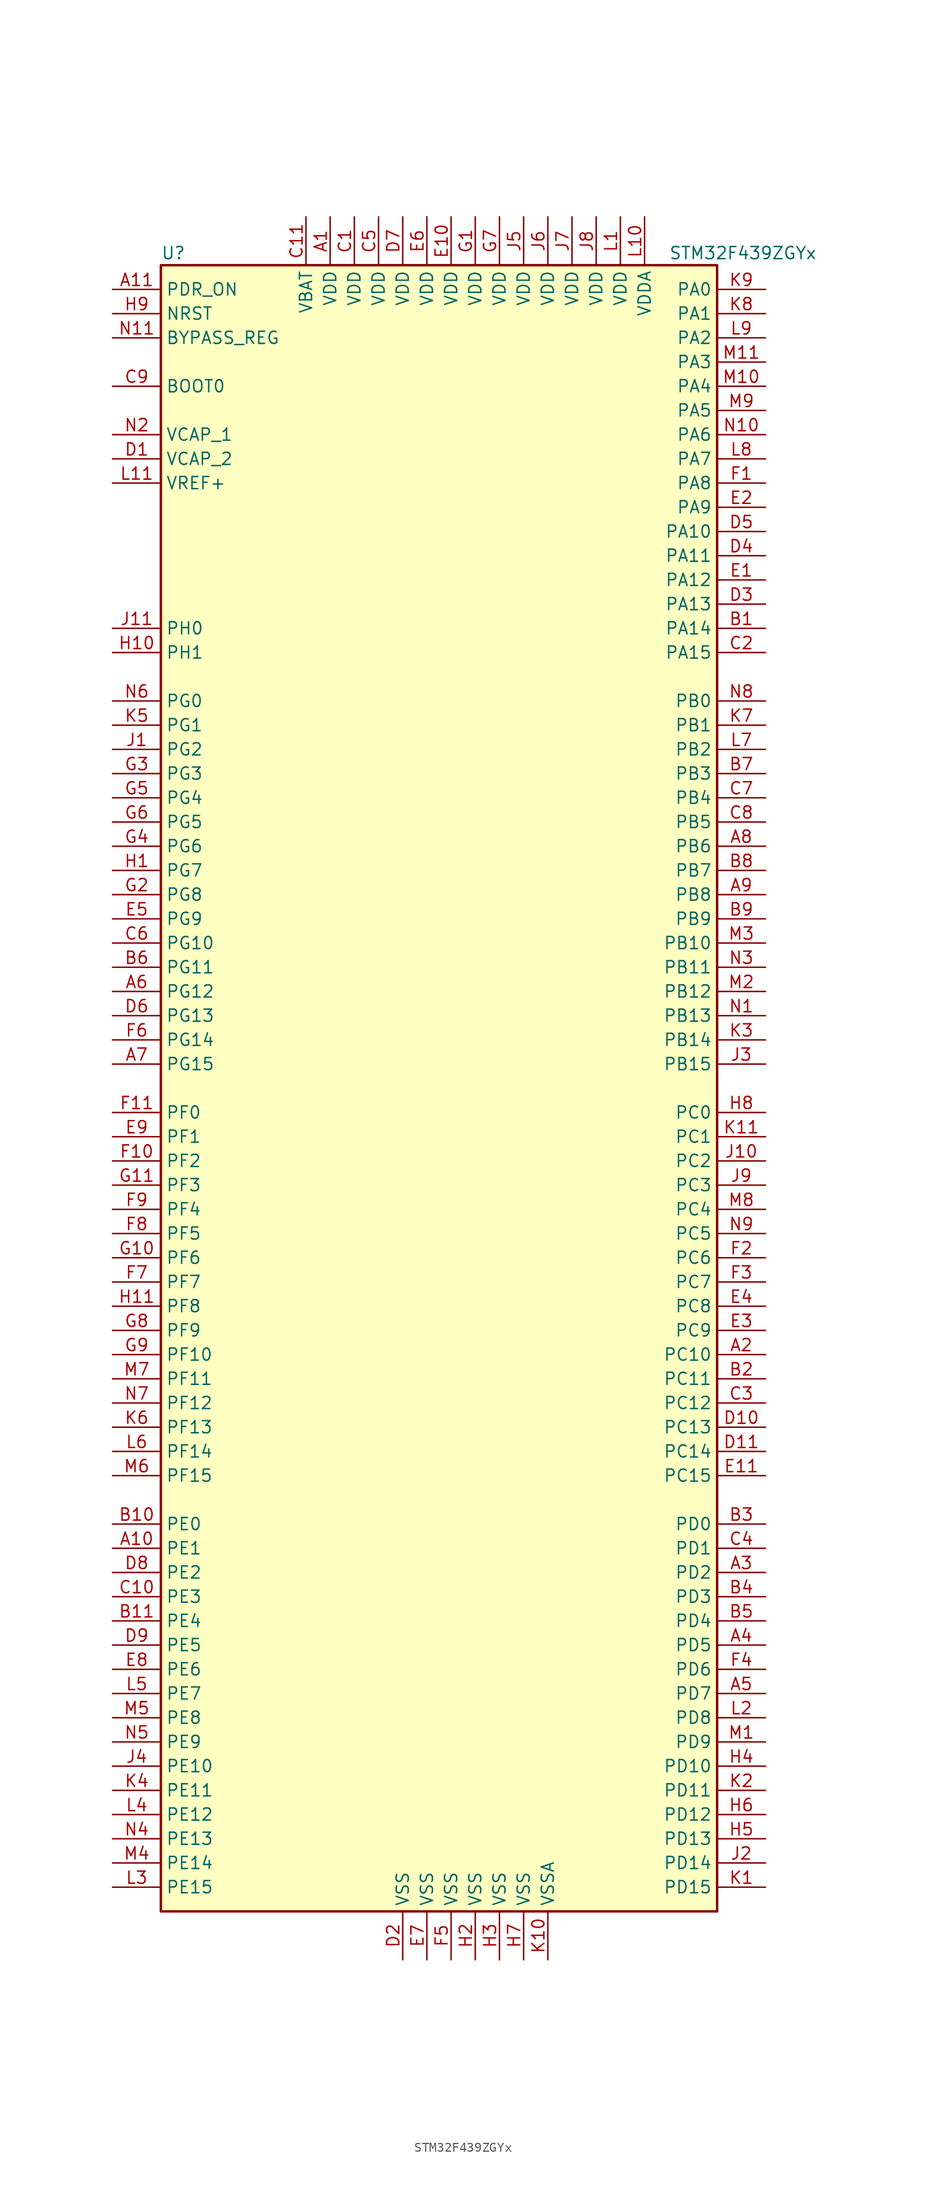
<source format=kicad_sym>
(kicad_symbol_lib
  (version 20201005)
  (generator kicad_symbol_editor)
  (symbol "STM32F439ZGYx"
    (property "Reference" "U"
      (at -30.48 87.63 0)
      (effects (font (size 1.27 1.27)) (justify left)))
    (property "Value" "STM32F439ZGYx"
      (at 22.86 87.63 0)
      (effects (font (size 1.27 1.27)) (justify left)))
    (symbol "STM32F439ZGYx_0_1"
      (rectangle (start -30.48 -86.36) (end 27.94 86.36) (stroke (width 0.254)) (fill (type background))))
    (symbol "STM32F439ZGYx_1_1"
      (pin power_in line (at -12.7 91.44 270) (length 5.08) (name "VDD" (effects (font (size 1.27 1.27)))) (number "A1" (effects (font (size 1.27 1.27)))))
      (pin bidirectional line (at -35.56 -48.26 0) (length 5.08) (name "PE1" (effects (font (size 1.27 1.27)))) (number "A10" (effects (font (size 1.27 1.27)))))
      (pin input line (at -35.56 83.82 0) (length 5.08) (name "PDR_ON" (effects (font (size 1.27 1.27)))) (number "A11" (effects (font (size 1.27 1.27)))))
      (pin bidirectional line (at 33.02 -27.94 180) (length 5.08) (name "PC10" (effects (font (size 1.27 1.27)))) (number "A2" (effects (font (size 1.27 1.27)))))
      (pin bidirectional line (at 33.02 -50.8 180) (length 5.08) (name "PD2" (effects (font (size 1.27 1.27)))) (number "A3" (effects (font (size 1.27 1.27)))))
      (pin bidirectional line (at 33.02 -58.42 180) (length 5.08) (name "PD5" (effects (font (size 1.27 1.27)))) (number "A4" (effects (font (size 1.27 1.27)))))
      (pin bidirectional line (at 33.02 -63.5 180) (length 5.08) (name "PD7" (effects (font (size 1.27 1.27)))) (number "A5" (effects (font (size 1.27 1.27)))))
      (pin bidirectional line (at -35.56 10.16 0) (length 5.08) (name "PG12" (effects (font (size 1.27 1.27)))) (number "A6" (effects (font (size 1.27 1.27)))))
      (pin bidirectional line (at -35.56 2.54 0) (length 5.08) (name "PG15" (effects (font (size 1.27 1.27)))) (number "A7" (effects (font (size 1.27 1.27)))))
      (pin bidirectional line (at 33.02 25.4 180) (length 5.08) (name "PB6" (effects (font (size 1.27 1.27)))) (number "A8" (effects (font (size 1.27 1.27)))))
      (pin bidirectional line (at 33.02 20.32 180) (length 5.08) (name "PB8" (effects (font (size 1.27 1.27)))) (number "A9" (effects (font (size 1.27 1.27)))))
      (pin bidirectional line (at 33.02 48.26 180) (length 5.08) (name "PA14" (effects (font (size 1.27 1.27)))) (number "B1" (effects (font (size 1.27 1.27)))))
      (pin bidirectional line (at -35.56 -45.72 0) (length 5.08) (name "PE0" (effects (font (size 1.27 1.27)))) (number "B10" (effects (font (size 1.27 1.27)))))
      (pin bidirectional line (at -35.56 -55.88 0) (length 5.08) (name "PE4" (effects (font (size 1.27 1.27)))) (number "B11" (effects (font (size 1.27 1.27)))))
      (pin bidirectional line (at 33.02 -30.48 180) (length 5.08) (name "PC11" (effects (font (size 1.27 1.27)))) (number "B2" (effects (font (size 1.27 1.27)))))
      (pin bidirectional line (at 33.02 -45.72 180) (length 5.08) (name "PD0" (effects (font (size 1.27 1.27)))) (number "B3" (effects (font (size 1.27 1.27)))))
      (pin bidirectional line (at 33.02 -53.34 180) (length 5.08) (name "PD3" (effects (font (size 1.27 1.27)))) (number "B4" (effects (font (size 1.27 1.27)))))
      (pin bidirectional line (at 33.02 -55.88 180) (length 5.08) (name "PD4" (effects (font (size 1.27 1.27)))) (number "B5" (effects (font (size 1.27 1.27)))))
      (pin bidirectional line (at -35.56 12.7 0) (length 5.08) (name "PG11" (effects (font (size 1.27 1.27)))) (number "B6" (effects (font (size 1.27 1.27)))))
      (pin bidirectional line (at 33.02 33.02 180) (length 5.08) (name "PB3" (effects (font (size 1.27 1.27)))) (number "B7" (effects (font (size 1.27 1.27)))))
      (pin bidirectional line (at 33.02 22.86 180) (length 5.08) (name "PB7" (effects (font (size 1.27 1.27)))) (number "B8" (effects (font (size 1.27 1.27)))))
      (pin bidirectional line (at 33.02 17.78 180) (length 5.08) (name "PB9" (effects (font (size 1.27 1.27)))) (number "B9" (effects (font (size 1.27 1.27)))))
      (pin power_in line (at -10.16 91.44 270) (length 5.08) (name "VDD" (effects (font (size 1.27 1.27)))) (number "C1" (effects (font (size 1.27 1.27)))))
      (pin bidirectional line (at -35.56 -53.34 0) (length 5.08) (name "PE3" (effects (font (size 1.27 1.27)))) (number "C10" (effects (font (size 1.27 1.27)))))
      (pin power_in line (at -15.24 91.44 270) (length 5.08) (name "VBAT" (effects (font (size 1.27 1.27)))) (number "C11" (effects (font (size 1.27 1.27)))))
      (pin bidirectional line (at 33.02 45.72 180) (length 5.08) (name "PA15" (effects (font (size 1.27 1.27)))) (number "C2" (effects (font (size 1.27 1.27)))))
      (pin bidirectional line (at 33.02 -33.02 180) (length 5.08) (name "PC12" (effects (font (size 1.27 1.27)))) (number "C3" (effects (font (size 1.27 1.27)))))
      (pin bidirectional line (at 33.02 -48.26 180) (length 5.08) (name "PD1" (effects (font (size 1.27 1.27)))) (number "C4" (effects (font (size 1.27 1.27)))))
      (pin power_in line (at -7.62 91.44 270) (length 5.08) (name "VDD" (effects (font (size 1.27 1.27)))) (number "C5" (effects (font (size 1.27 1.27)))))
      (pin bidirectional line (at -35.56 15.24 0) (length 5.08) (name "PG10" (effects (font (size 1.27 1.27)))) (number "C6" (effects (font (size 1.27 1.27)))))
      (pin bidirectional line (at 33.02 30.48 180) (length 5.08) (name "PB4" (effects (font (size 1.27 1.27)))) (number "C7" (effects (font (size 1.27 1.27)))))
      (pin bidirectional line (at 33.02 27.94 180) (length 5.08) (name "PB5" (effects (font (size 1.27 1.27)))) (number "C8" (effects (font (size 1.27 1.27)))))
      (pin input line (at -35.56 73.66 0) (length 5.08) (name "BOOT0" (effects (font (size 1.27 1.27)))) (number "C9" (effects (font (size 1.27 1.27)))))
      (pin power_in line (at -35.56 66.04 0) (length 5.08) (name "VCAP_2" (effects (font (size 1.27 1.27)))) (number "D1" (effects (font (size 1.27 1.27)))))
      (pin bidirectional line (at 33.02 -35.56 180) (length 5.08) (name "PC13" (effects (font (size 1.27 1.27)))) (number "D10" (effects (font (size 1.27 1.27)))))
      (pin bidirectional line (at 33.02 -38.1 180) (length 5.08) (name "PC14" (effects (font (size 1.27 1.27)))) (number "D11" (effects (font (size 1.27 1.27)))))
      (pin power_in line (at -5.08 -91.44 90) (length 5.08) (name "VSS" (effects (font (size 1.27 1.27)))) (number "D2" (effects (font (size 1.27 1.27)))))
      (pin bidirectional line (at 33.02 50.8 180) (length 5.08) (name "PA13" (effects (font (size 1.27 1.27)))) (number "D3" (effects (font (size 1.27 1.27)))))
      (pin bidirectional line (at 33.02 55.88 180) (length 5.08) (name "PA11" (effects (font (size 1.27 1.27)))) (number "D4" (effects (font (size 1.27 1.27)))))
      (pin bidirectional line (at 33.02 58.42 180) (length 5.08) (name "PA10" (effects (font (size 1.27 1.27)))) (number "D5" (effects (font (size 1.27 1.27)))))
      (pin bidirectional line (at -35.56 7.62 0) (length 5.08) (name "PG13" (effects (font (size 1.27 1.27)))) (number "D6" (effects (font (size 1.27 1.27)))))
      (pin power_in line (at -5.08 91.44 270) (length 5.08) (name "VDD" (effects (font (size 1.27 1.27)))) (number "D7" (effects (font (size 1.27 1.27)))))
      (pin bidirectional line (at -35.56 -50.8 0) (length 5.08) (name "PE2" (effects (font (size 1.27 1.27)))) (number "D8" (effects (font (size 1.27 1.27)))))
      (pin bidirectional line (at -35.56 -58.42 0) (length 5.08) (name "PE5" (effects (font (size 1.27 1.27)))) (number "D9" (effects (font (size 1.27 1.27)))))
      (pin bidirectional line (at 33.02 53.34 180) (length 5.08) (name "PA12" (effects (font (size 1.27 1.27)))) (number "E1" (effects (font (size 1.27 1.27)))))
      (pin power_in line (at 0 91.44 270) (length 5.08) (name "VDD" (effects (font (size 1.27 1.27)))) (number "E10" (effects (font (size 1.27 1.27)))))
      (pin bidirectional line (at 33.02 -40.64 180) (length 5.08) (name "PC15" (effects (font (size 1.27 1.27)))) (number "E11" (effects (font (size 1.27 1.27)))))
      (pin bidirectional line (at 33.02 60.96 180) (length 5.08) (name "PA9" (effects (font (size 1.27 1.27)))) (number "E2" (effects (font (size 1.27 1.27)))))
      (pin bidirectional line (at 33.02 -25.4 180) (length 5.08) (name "PC9" (effects (font (size 1.27 1.27)))) (number "E3" (effects (font (size 1.27 1.27)))))
      (pin bidirectional line (at 33.02 -22.86 180) (length 5.08) (name "PC8" (effects (font (size 1.27 1.27)))) (number "E4" (effects (font (size 1.27 1.27)))))
      (pin bidirectional line (at -35.56 17.78 0) (length 5.08) (name "PG9" (effects (font (size 1.27 1.27)))) (number "E5" (effects (font (size 1.27 1.27)))))
      (pin power_in line (at -2.54 91.44 270) (length 5.08) (name "VDD" (effects (font (size 1.27 1.27)))) (number "E6" (effects (font (size 1.27 1.27)))))
      (pin power_in line (at -2.54 -91.44 90) (length 5.08) (name "VSS" (effects (font (size 1.27 1.27)))) (number "E7" (effects (font (size 1.27 1.27)))))
      (pin bidirectional line (at -35.56 -60.96 0) (length 5.08) (name "PE6" (effects (font (size 1.27 1.27)))) (number "E8" (effects (font (size 1.27 1.27)))))
      (pin bidirectional line (at -35.56 -5.08 0) (length 5.08) (name "PF1" (effects (font (size 1.27 1.27)))) (number "E9" (effects (font (size 1.27 1.27)))))
      (pin bidirectional line (at 33.02 63.5 180) (length 5.08) (name "PA8" (effects (font (size 1.27 1.27)))) (number "F1" (effects (font (size 1.27 1.27)))))
      (pin bidirectional line (at -35.56 -7.62 0) (length 5.08) (name "PF2" (effects (font (size 1.27 1.27)))) (number "F10" (effects (font (size 1.27 1.27)))))
      (pin bidirectional line (at -35.56 -2.54 0) (length 5.08) (name "PF0" (effects (font (size 1.27 1.27)))) (number "F11" (effects (font (size 1.27 1.27)))))
      (pin bidirectional line (at 33.02 -17.78 180) (length 5.08) (name "PC6" (effects (font (size 1.27 1.27)))) (number "F2" (effects (font (size 1.27 1.27)))))
      (pin bidirectional line (at 33.02 -20.32 180) (length 5.08) (name "PC7" (effects (font (size 1.27 1.27)))) (number "F3" (effects (font (size 1.27 1.27)))))
      (pin bidirectional line (at 33.02 -60.96 180) (length 5.08) (name "PD6" (effects (font (size 1.27 1.27)))) (number "F4" (effects (font (size 1.27 1.27)))))
      (pin power_in line (at 0 -91.44 90) (length 5.08) (name "VSS" (effects (font (size 1.27 1.27)))) (number "F5" (effects (font (size 1.27 1.27)))))
      (pin bidirectional line (at -35.56 5.08 0) (length 5.08) (name "PG14" (effects (font (size 1.27 1.27)))) (number "F6" (effects (font (size 1.27 1.27)))))
      (pin bidirectional line (at -35.56 -20.32 0) (length 5.08) (name "PF7" (effects (font (size 1.27 1.27)))) (number "F7" (effects (font (size 1.27 1.27)))))
      (pin bidirectional line (at -35.56 -15.24 0) (length 5.08) (name "PF5" (effects (font (size 1.27 1.27)))) (number "F8" (effects (font (size 1.27 1.27)))))
      (pin bidirectional line (at -35.56 -12.7 0) (length 5.08) (name "PF4" (effects (font (size 1.27 1.27)))) (number "F9" (effects (font (size 1.27 1.27)))))
      (pin power_in line (at 2.54 91.44 270) (length 5.08) (name "VDD" (effects (font (size 1.27 1.27)))) (number "G1" (effects (font (size 1.27 1.27)))))
      (pin bidirectional line (at -35.56 -17.78 0) (length 5.08) (name "PF6" (effects (font (size 1.27 1.27)))) (number "G10" (effects (font (size 1.27 1.27)))))
      (pin bidirectional line (at -35.56 -10.16 0) (length 5.08) (name "PF3" (effects (font (size 1.27 1.27)))) (number "G11" (effects (font (size 1.27 1.27)))))
      (pin bidirectional line (at -35.56 20.32 0) (length 5.08) (name "PG8" (effects (font (size 1.27 1.27)))) (number "G2" (effects (font (size 1.27 1.27)))))
      (pin bidirectional line (at -35.56 33.02 0) (length 5.08) (name "PG3" (effects (font (size 1.27 1.27)))) (number "G3" (effects (font (size 1.27 1.27)))))
      (pin bidirectional line (at -35.56 25.4 0) (length 5.08) (name "PG6" (effects (font (size 1.27 1.27)))) (number "G4" (effects (font (size 1.27 1.27)))))
      (pin bidirectional line (at -35.56 30.48 0) (length 5.08) (name "PG4" (effects (font (size 1.27 1.27)))) (number "G5" (effects (font (size 1.27 1.27)))))
      (pin bidirectional line (at -35.56 27.94 0) (length 5.08) (name "PG5" (effects (font (size 1.27 1.27)))) (number "G6" (effects (font (size 1.27 1.27)))))
      (pin power_in line (at 5.08 91.44 270) (length 5.08) (name "VDD" (effects (font (size 1.27 1.27)))) (number "G7" (effects (font (size 1.27 1.27)))))
      (pin bidirectional line (at -35.56 -25.4 0) (length 5.08) (name "PF9" (effects (font (size 1.27 1.27)))) (number "G8" (effects (font (size 1.27 1.27)))))
      (pin bidirectional line (at -35.56 -27.94 0) (length 5.08) (name "PF10" (effects (font (size 1.27 1.27)))) (number "G9" (effects (font (size 1.27 1.27)))))
      (pin bidirectional line (at -35.56 22.86 0) (length 5.08) (name "PG7" (effects (font (size 1.27 1.27)))) (number "H1" (effects (font (size 1.27 1.27)))))
      (pin input line (at -35.56 45.72 0) (length 5.08) (name "PH1" (effects (font (size 1.27 1.27)))) (number "H10" (effects (font (size 1.27 1.27)))))
      (pin bidirectional line (at -35.56 -22.86 0) (length 5.08) (name "PF8" (effects (font (size 1.27 1.27)))) (number "H11" (effects (font (size 1.27 1.27)))))
      (pin power_in line (at 2.54 -91.44 90) (length 5.08) (name "VSS" (effects (font (size 1.27 1.27)))) (number "H2" (effects (font (size 1.27 1.27)))))
      (pin power_in line (at 5.08 -91.44 90) (length 5.08) (name "VSS" (effects (font (size 1.27 1.27)))) (number "H3" (effects (font (size 1.27 1.27)))))
      (pin bidirectional line (at 33.02 -71.12 180) (length 5.08) (name "PD10" (effects (font (size 1.27 1.27)))) (number "H4" (effects (font (size 1.27 1.27)))))
      (pin bidirectional line (at 33.02 -78.74 180) (length 5.08) (name "PD13" (effects (font (size 1.27 1.27)))) (number "H5" (effects (font (size 1.27 1.27)))))
      (pin bidirectional line (at 33.02 -76.2 180) (length 5.08) (name "PD12" (effects (font (size 1.27 1.27)))) (number "H6" (effects (font (size 1.27 1.27)))))
      (pin power_in line (at 7.62 -91.44 90) (length 5.08) (name "VSS" (effects (font (size 1.27 1.27)))) (number "H7" (effects (font (size 1.27 1.27)))))
      (pin bidirectional line (at 33.02 -2.54 180) (length 5.08) (name "PC0" (effects (font (size 1.27 1.27)))) (number "H8" (effects (font (size 1.27 1.27)))))
      (pin input line (at -35.56 81.28 0) (length 5.08) (name "NRST" (effects (font (size 1.27 1.27)))) (number "H9" (effects (font (size 1.27 1.27)))))
      (pin bidirectional line (at -35.56 35.56 0) (length 5.08) (name "PG2" (effects (font (size 1.27 1.27)))) (number "J1" (effects (font (size 1.27 1.27)))))
      (pin bidirectional line (at 33.02 -7.62 180) (length 5.08) (name "PC2" (effects (font (size 1.27 1.27)))) (number "J10" (effects (font (size 1.27 1.27)))))
      (pin input line (at -35.56 48.26 0) (length 5.08) (name "PH0" (effects (font (size 1.27 1.27)))) (number "J11" (effects (font (size 1.27 1.27)))))
      (pin bidirectional line (at 33.02 -81.28 180) (length 5.08) (name "PD14" (effects (font (size 1.27 1.27)))) (number "J2" (effects (font (size 1.27 1.27)))))
      (pin bidirectional line (at 33.02 2.54 180) (length 5.08) (name "PB15" (effects (font (size 1.27 1.27)))) (number "J3" (effects (font (size 1.27 1.27)))))
      (pin bidirectional line (at -35.56 -71.12 0) (length 5.08) (name "PE10" (effects (font (size 1.27 1.27)))) (number "J4" (effects (font (size 1.27 1.27)))))
      (pin power_in line (at 7.62 91.44 270) (length 5.08) (name "VDD" (effects (font (size 1.27 1.27)))) (number "J5" (effects (font (size 1.27 1.27)))))
      (pin power_in line (at 10.16 91.44 270) (length 5.08) (name "VDD" (effects (font (size 1.27 1.27)))) (number "J6" (effects (font (size 1.27 1.27)))))
      (pin power_in line (at 12.7 91.44 270) (length 5.08) (name "VDD" (effects (font (size 1.27 1.27)))) (number "J7" (effects (font (size 1.27 1.27)))))
      (pin power_in line (at 15.24 91.44 270) (length 5.08) (name "VDD" (effects (font (size 1.27 1.27)))) (number "J8" (effects (font (size 1.27 1.27)))))
      (pin bidirectional line (at 33.02 -10.16 180) (length 5.08) (name "PC3" (effects (font (size 1.27 1.27)))) (number "J9" (effects (font (size 1.27 1.27)))))
      (pin bidirectional line (at 33.02 -83.82 180) (length 5.08) (name "PD15" (effects (font (size 1.27 1.27)))) (number "K1" (effects (font (size 1.27 1.27)))))
      (pin power_in line (at 10.16 -91.44 90) (length 5.08) (name "VSSA" (effects (font (size 1.27 1.27)))) (number "K10" (effects (font (size 1.27 1.27)))))
      (pin bidirectional line (at 33.02 -5.08 180) (length 5.08) (name "PC1" (effects (font (size 1.27 1.27)))) (number "K11" (effects (font (size 1.27 1.27)))))
      (pin bidirectional line (at 33.02 -73.66 180) (length 5.08) (name "PD11" (effects (font (size 1.27 1.27)))) (number "K2" (effects (font (size 1.27 1.27)))))
      (pin bidirectional line (at 33.02 5.08 180) (length 5.08) (name "PB14" (effects (font (size 1.27 1.27)))) (number "K3" (effects (font (size 1.27 1.27)))))
      (pin bidirectional line (at -35.56 -73.66 0) (length 5.08) (name "PE11" (effects (font (size 1.27 1.27)))) (number "K4" (effects (font (size 1.27 1.27)))))
      (pin bidirectional line (at -35.56 38.1 0) (length 5.08) (name "PG1" (effects (font (size 1.27 1.27)))) (number "K5" (effects (font (size 1.27 1.27)))))
      (pin bidirectional line (at -35.56 -35.56 0) (length 5.08) (name "PF13" (effects (font (size 1.27 1.27)))) (number "K6" (effects (font (size 1.27 1.27)))))
      (pin bidirectional line (at 33.02 38.1 180) (length 5.08) (name "PB1" (effects (font (size 1.27 1.27)))) (number "K7" (effects (font (size 1.27 1.27)))))
      (pin bidirectional line (at 33.02 81.28 180) (length 5.08) (name "PA1" (effects (font (size 1.27 1.27)))) (number "K8" (effects (font (size 1.27 1.27)))))
      (pin bidirectional line (at 33.02 83.82 180) (length 5.08) (name "PA0" (effects (font (size 1.27 1.27)))) (number "K9" (effects (font (size 1.27 1.27)))))
      (pin power_in line (at 17.78 91.44 270) (length 5.08) (name "VDD" (effects (font (size 1.27 1.27)))) (number "L1" (effects (font (size 1.27 1.27)))))
      (pin power_in line (at 20.32 91.44 270) (length 5.08) (name "VDDA" (effects (font (size 1.27 1.27)))) (number "L10" (effects (font (size 1.27 1.27)))))
      (pin power_in line (at -35.56 63.5 0) (length 5.08) (name "VREF+" (effects (font (size 1.27 1.27)))) (number "L11" (effects (font (size 1.27 1.27)))))
      (pin bidirectional line (at 33.02 -66.04 180) (length 5.08) (name "PD8" (effects (font (size 1.27 1.27)))) (number "L2" (effects (font (size 1.27 1.27)))))
      (pin bidirectional line (at -35.56 -83.82 0) (length 5.08) (name "PE15" (effects (font (size 1.27 1.27)))) (number "L3" (effects (font (size 1.27 1.27)))))
      (pin bidirectional line (at -35.56 -76.2 0) (length 5.08) (name "PE12" (effects (font (size 1.27 1.27)))) (number "L4" (effects (font (size 1.27 1.27)))))
      (pin bidirectional line (at -35.56 -63.5 0) (length 5.08) (name "PE7" (effects (font (size 1.27 1.27)))) (number "L5" (effects (font (size 1.27 1.27)))))
      (pin bidirectional line (at -35.56 -38.1 0) (length 5.08) (name "PF14" (effects (font (size 1.27 1.27)))) (number "L6" (effects (font (size 1.27 1.27)))))
      (pin bidirectional line (at 33.02 35.56 180) (length 5.08) (name "PB2" (effects (font (size 1.27 1.27)))) (number "L7" (effects (font (size 1.27 1.27)))))
      (pin bidirectional line (at 33.02 66.04 180) (length 5.08) (name "PA7" (effects (font (size 1.27 1.27)))) (number "L8" (effects (font (size 1.27 1.27)))))
      (pin bidirectional line (at 33.02 78.74 180) (length 5.08) (name "PA2" (effects (font (size 1.27 1.27)))) (number "L9" (effects (font (size 1.27 1.27)))))
      (pin bidirectional line (at 33.02 -68.58 180) (length 5.08) (name "PD9" (effects (font (size 1.27 1.27)))) (number "M1" (effects (font (size 1.27 1.27)))))
      (pin bidirectional line (at 33.02 73.66 180) (length 5.08) (name "PA4" (effects (font (size 1.27 1.27)))) (number "M10" (effects (font (size 1.27 1.27)))))
      (pin bidirectional line (at 33.02 76.2 180) (length 5.08) (name "PA3" (effects (font (size 1.27 1.27)))) (number "M11" (effects (font (size 1.27 1.27)))))
      (pin bidirectional line (at 33.02 10.16 180) (length 5.08) (name "PB12" (effects (font (size 1.27 1.27)))) (number "M2" (effects (font (size 1.27 1.27)))))
      (pin bidirectional line (at 33.02 15.24 180) (length 5.08) (name "PB10" (effects (font (size 1.27 1.27)))) (number "M3" (effects (font (size 1.27 1.27)))))
      (pin bidirectional line (at -35.56 -81.28 0) (length 5.08) (name "PE14" (effects (font (size 1.27 1.27)))) (number "M4" (effects (font (size 1.27 1.27)))))
      (pin bidirectional line (at -35.56 -66.04 0) (length 5.08) (name "PE8" (effects (font (size 1.27 1.27)))) (number "M5" (effects (font (size 1.27 1.27)))))
      (pin bidirectional line (at -35.56 -40.64 0) (length 5.08) (name "PF15" (effects (font (size 1.27 1.27)))) (number "M6" (effects (font (size 1.27 1.27)))))
      (pin bidirectional line (at -35.56 -30.48 0) (length 5.08) (name "PF11" (effects (font (size 1.27 1.27)))) (number "M7" (effects (font (size 1.27 1.27)))))
      (pin bidirectional line (at 33.02 -12.7 180) (length 5.08) (name "PC4" (effects (font (size 1.27 1.27)))) (number "M8" (effects (font (size 1.27 1.27)))))
      (pin bidirectional line (at 33.02 71.12 180) (length 5.08) (name "PA5" (effects (font (size 1.27 1.27)))) (number "M9" (effects (font (size 1.27 1.27)))))
      (pin bidirectional line (at 33.02 7.62 180) (length 5.08) (name "PB13" (effects (font (size 1.27 1.27)))) (number "N1" (effects (font (size 1.27 1.27)))))
      (pin bidirectional line (at 33.02 68.58 180) (length 5.08) (name "PA6" (effects (font (size 1.27 1.27)))) (number "N10" (effects (font (size 1.27 1.27)))))
      (pin input line (at -35.56 78.74 0) (length 5.08) (name "BYPASS_REG" (effects (font (size 1.27 1.27)))) (number "N11" (effects (font (size 1.27 1.27)))))
      (pin power_in line (at -35.56 68.58 0) (length 5.08) (name "VCAP_1" (effects (font (size 1.27 1.27)))) (number "N2" (effects (font (size 1.27 1.27)))))
      (pin bidirectional line (at 33.02 12.7 180) (length 5.08) (name "PB11" (effects (font (size 1.27 1.27)))) (number "N3" (effects (font (size 1.27 1.27)))))
      (pin bidirectional line (at -35.56 -78.74 0) (length 5.08) (name "PE13" (effects (font (size 1.27 1.27)))) (number "N4" (effects (font (size 1.27 1.27)))))
      (pin bidirectional line (at -35.56 -68.58 0) (length 5.08) (name "PE9" (effects (font (size 1.27 1.27)))) (number "N5" (effects (font (size 1.27 1.27)))))
      (pin bidirectional line (at -35.56 40.64 0) (length 5.08) (name "PG0" (effects (font (size 1.27 1.27)))) (number "N6" (effects (font (size 1.27 1.27)))))
      (pin bidirectional line (at -35.56 -33.02 0) (length 5.08) (name "PF12" (effects (font (size 1.27 1.27)))) (number "N7" (effects (font (size 1.27 1.27)))))
      (pin bidirectional line (at 33.02 40.64 180) (length 5.08) (name "PB0" (effects (font (size 1.27 1.27)))) (number "N8" (effects (font (size 1.27 1.27)))))
      (pin bidirectional line (at 33.02 -15.24 180) (length 5.08) (name "PC5" (effects (font (size 1.27 1.27)))) (number "N9" (effects (font (size 1.27 1.27))))))))
</source>
